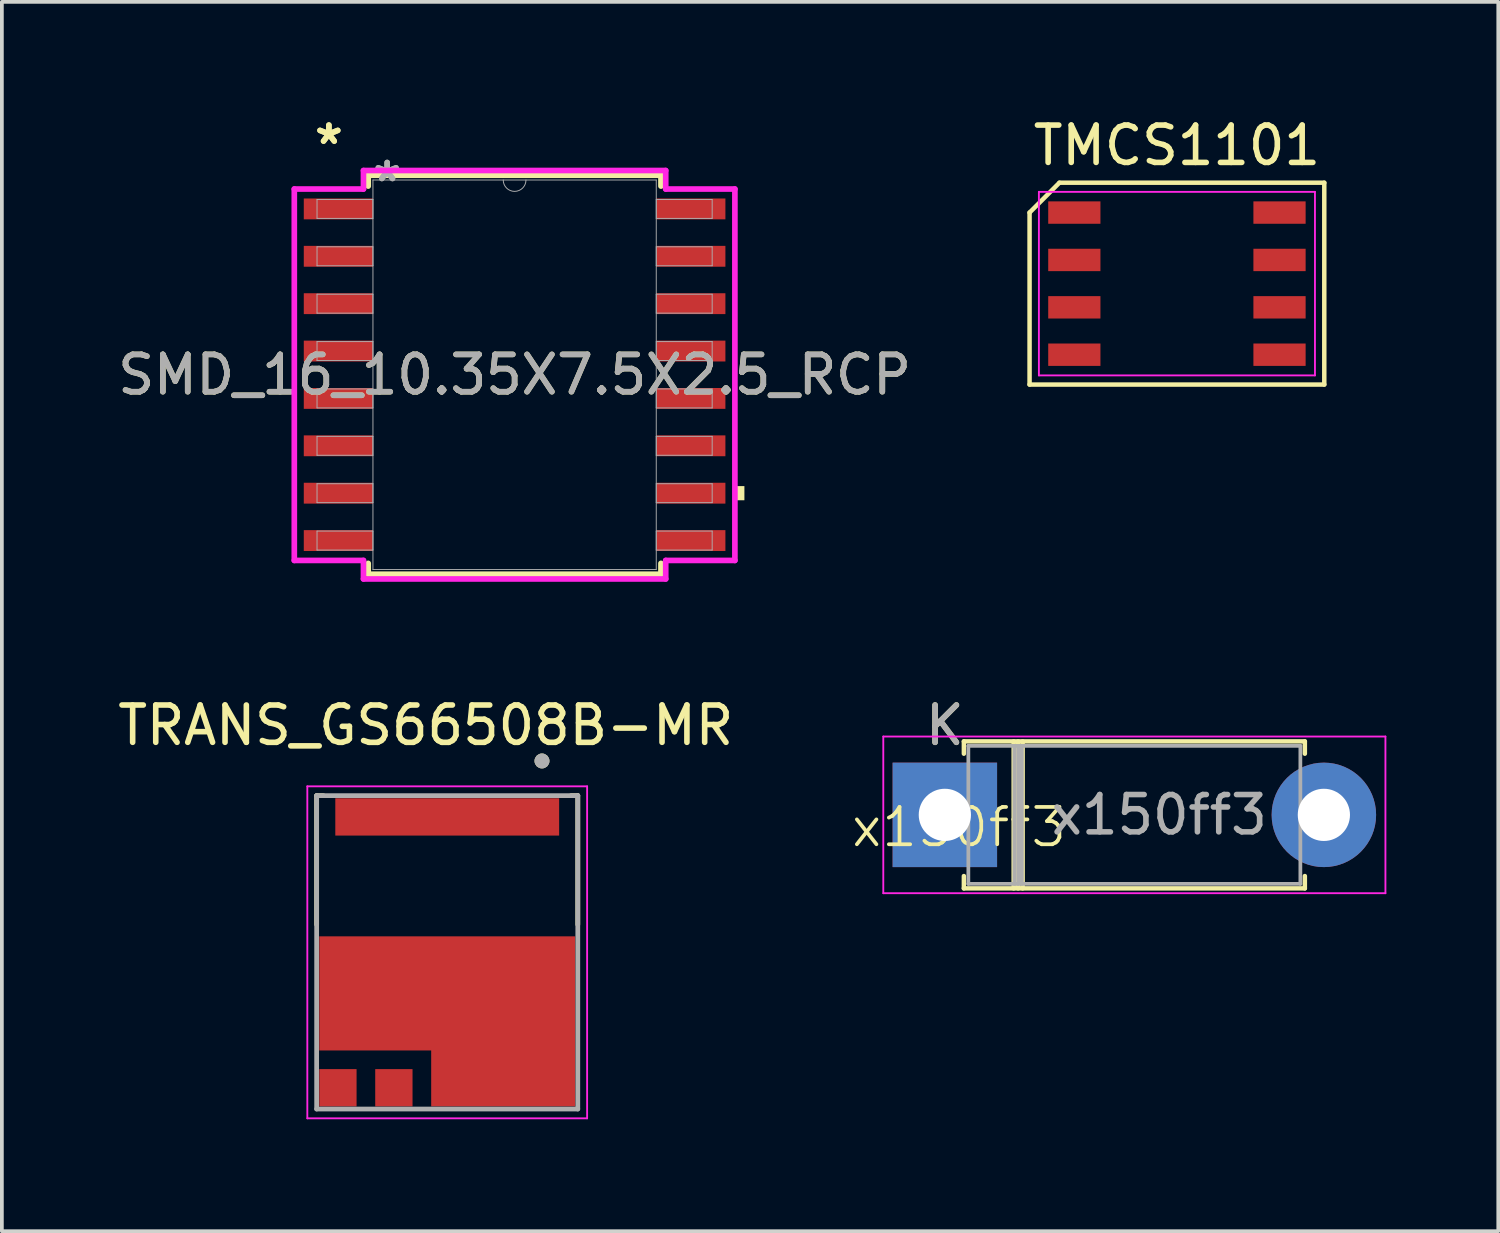
<source format=kicad_pcb>
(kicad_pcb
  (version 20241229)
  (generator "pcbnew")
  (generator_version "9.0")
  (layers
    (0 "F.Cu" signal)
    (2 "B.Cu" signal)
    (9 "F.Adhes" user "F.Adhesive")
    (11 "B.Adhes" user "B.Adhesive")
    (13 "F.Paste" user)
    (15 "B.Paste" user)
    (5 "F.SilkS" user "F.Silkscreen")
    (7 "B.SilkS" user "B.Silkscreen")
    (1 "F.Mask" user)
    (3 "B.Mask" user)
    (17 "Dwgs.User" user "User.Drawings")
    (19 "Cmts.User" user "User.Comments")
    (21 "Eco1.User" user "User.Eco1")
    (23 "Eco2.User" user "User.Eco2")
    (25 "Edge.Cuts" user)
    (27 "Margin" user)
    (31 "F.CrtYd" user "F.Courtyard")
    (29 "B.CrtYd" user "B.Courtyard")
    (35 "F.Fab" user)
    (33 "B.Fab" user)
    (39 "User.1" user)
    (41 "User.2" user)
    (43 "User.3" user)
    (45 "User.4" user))
  (footprint "TMCS1101"
    (layer "F.Cu")
    (at 29.298 3.753)
    (property "Reference" "TMCS1101" (at -0.8 -2.905 0) (layer "F.SilkS") (effects (font (size 1 1) (thickness 0.15))))
    (attr smd)
    (fp_line (start -4.75 -1.105) (end -3.95 -1.905) (stroke (width 0.12) (type default)) (layer "F.SilkS"))
    (fp_line (start -4.75 3.505) (end -4.75 -1.105) (stroke (width 0.12) (type default)) (layer "F.SilkS"))
    (fp_line (start -3.95 -1.905) (end 3.15 -1.905) (stroke (width 0.12) (type default)) (layer "F.SilkS"))
    (fp_line (start 3.15 -1.905) (end 3.15 3.505) (stroke (width 0.12) (type default)) (layer "F.SilkS"))
    (fp_line (start 3.15 3.505) (end -4.75 3.505) (stroke (width 0.12) (type default)) (layer "F.SilkS"))
    (fp_line (start -4.5 -1.66) (end 2.9 -1.66) (stroke (width 0.05) (type default)) (layer "F.CrtYd"))
    (fp_line (start -4.5 3.26) (end -4.5 -1.66) (stroke (width 0.05) (type default)) (layer "F.CrtYd"))
    (fp_line (start 2.9 -1.66) (end 2.9 3.26) (stroke (width 0.05) (type default)) (layer "F.CrtYd"))
    (fp_line (start 2.9 3.26) (end -4.5 3.26) (stroke (width 0.05) (type default)) (layer "F.CrtYd"))
    (pad "1" smd rect (at -3.55 -1.105 270) (size 0.6 1.4) (layers "F.Cu" "F.Mask" "F.Paste"))
    (pad "2" smd rect (at -3.55 0.165 270) (size 0.6 1.4) (layers "F.Cu" "F.Mask" "F.Paste"))
    (pad "3" smd rect (at -3.55 1.435 270) (size 0.6 1.4) (layers "F.Cu" "F.Mask" "F.Paste"))
    (pad "4" smd rect (at -3.55 2.705 270) (size 0.6 1.4) (layers "F.Cu" "F.Mask" "F.Paste"))
    (pad "5" smd rect (at 1.95 2.705 270) (size 0.6 1.4) (layers "F.Cu" "F.Mask" "F.Paste"))
    (pad "6" smd rect (at 1.95 1.435 270) (size 0.6 1.4) (layers "F.Cu" "F.Mask" "F.Paste"))
    (pad "7" smd rect (at 1.95 0.165 270) (size 0.6 1.4) (layers "F.Cu" "F.Mask" "F.Paste"))
    (pad "8" smd rect (at 1.95 -1.105 270) (size 0.6 1.4) (layers "F.Cu" "F.Mask" "F.Paste")))
  (footprint "TRANS_GS66508B-MR"
    (layer "F.Cu")
    (at 8.938 22.478)
    (property "Reference" "TRANS_GS66508B-MR" (at -0.575 -6.085 0) (layer "F.SilkS") (effects (font (size 1 1) (thickness 0.15))))
    (attr smd)
    (fp_poly (pts (xy -3.53 -0.525) (xy 3.525 -0.525) (xy 3.525 4.225) (xy -0.525 4.225) (xy -0.525 2.725) (xy -3.53 2.725)) (stroke (width 0.01) (type solid)) (fill yes) (layer "F.Mask"))
    (fp_line (start -3.5 -4.2) (end -3.32 -4.2) (stroke (width 0.127) (type solid)) (layer "F.SilkS"))
    (fp_line (start -3.5 -0.745) (end -3.5 -4.2) (stroke (width 0.127) (type solid)) (layer "F.SilkS"))
    (fp_line (start 3.32 -4.2) (end 3.5 -4.2) (stroke (width 0.127) (type solid)) (layer "F.SilkS"))
    (fp_line (start 3.5 -4.2) (end 3.5 -0.745) (stroke (width 0.127) (type solid)) (layer "F.SilkS"))
    (fp_circle (center 2.54 -5.13) (end 2.64 -5.13) (stroke (width 0.2) (type solid)) (fill no) (layer "F.SilkS"))
    (fp_poly (pts (xy -2.792 0.14) (xy -0.632 0.14) (xy -0.632 2.06) (xy -2.792 2.06)) (stroke (width 0.01) (type solid)) (fill yes) (layer "F.Paste"))
    (fp_poly (pts (xy 0.283 2.91) (xy 2.717 2.91) (xy 2.717 3.85) (xy 0.283 3.85)) (stroke (width 0.01) (type solid)) (fill yes) (layer "F.Paste"))
    (fp_poly (pts (xy 0.495 0.14) (xy 2.655 0.14) (xy 2.655 2.06) (xy 0.495 2.06)) (stroke (width 0.01) (type solid)) (fill yes) (layer "F.Paste"))
    (fp_line (start -3.75 -4.45) (end -3.75 4.45) (stroke (width 0.05) (type solid)) (layer "F.CrtYd"))
    (fp_line (start -3.75 4.45) (end 3.75 4.45) (stroke (width 0.05) (type solid)) (layer "F.CrtYd"))
    (fp_line (start 3.75 -4.45) (end -3.75 -4.45) (stroke (width 0.05) (type solid)) (layer "F.CrtYd"))
    (fp_line (start 3.75 4.45) (end 3.75 -4.45) (stroke (width 0.05) (type solid)) (layer "F.CrtYd"))
    (fp_line (start -3.5 -4.2) (end 3.5 -4.2) (stroke (width 0.127) (type solid)) (layer "F.Fab"))
    (fp_line (start -3.5 4.2) (end -3.5 -4.2) (stroke (width 0.127) (type solid)) (layer "F.Fab"))
    (fp_line (start 3.5 -4.2) (end 3.5 4.2) (stroke (width 0.127) (type solid)) (layer "F.Fab"))
    (fp_line (start 3.5 4.2) (end -3.5 4.2) (stroke (width 0.127) (type solid)) (layer "F.Fab"))
    (fp_circle (center 2.54 -5.13) (end 2.64 -5.13) (stroke (width 0.2) (type solid)) (fill no) (layer "F.Fab"))
    (pad "1" smd rect (at 0 -3.63) (size 6 1) (layers "F.Cu" "F.Mask" "F.Paste"))
    (pad "2" smd custom (at 0 1.1) (size 2 2) (layers "F.Cu") (options (anchor rect)) (primitives (gr_poly (pts (xy -3.425 -1.525) (xy 3.425 -1.525) (xy 3.425 3.025) (xy -0.425 3.025) (xy -0.425 1.525) (xy -3.425 1.525)) (width 0.01) (fill yes))))
    (pad "3" smd rect (at -2.93 3.63) (size 1 1) (layers "F.Cu" "F.Mask" "F.Paste"))
    (pad "4" smd rect (at -1.43 3.63) (size 1 1) (layers "F.Cu" "F.Mask" "F.Paste")))
  (footprint "SMD_16_10.35X7.5X2.5_RCP"
    (layer "F.Cu")
    (at 10.744 6.995)
    (property "Reference" "SMD_16_10.35X7.5X2.5_RCP" (at 0 0 0) (unlocked yes) (layer "F.SilkS") (effects (font (size 1 1) (thickness 0.15))))
    (attr smd)
    (fp_line (start -3.924 -5.347) (end -3.924 -5.057) (stroke (width 0.152) (type solid)) (layer "F.SilkS"))
    (fp_line (start -3.924 5.057) (end -3.924 5.347) (stroke (width 0.152) (type solid)) (layer "F.SilkS"))
    (fp_line (start -3.924 5.347) (end 3.924 5.347) (stroke (width 0.152) (type solid)) (layer "F.SilkS"))
    (fp_line (start 3.924 -5.347) (end -3.924 -5.347) (stroke (width 0.152) (type solid)) (layer "F.SilkS"))
    (fp_line (start 3.924 -5.057) (end 3.924 -5.347) (stroke (width 0.152) (type solid)) (layer "F.SilkS"))
    (fp_line (start 3.924 5.347) (end 3.924 5.057) (stroke (width 0.152) (type solid)) (layer "F.SilkS"))
    (fp_poly (pts (xy 6.16 2.985) (xy 6.16 3.365) (xy 5.905 3.365) (xy 5.905 2.985)) (stroke (width 0) (type solid)) (fill yes) (layer "F.SilkS"))
    (fp_line (start -5.905 -4.978) (end -4.051 -4.978) (stroke (width 0.152) (type solid)) (layer "F.CrtYd"))
    (fp_line (start -5.905 4.978) (end -5.905 -4.978) (stroke (width 0.152) (type solid)) (layer "F.CrtYd"))
    (fp_line (start -5.905 4.978) (end -4.051 4.978) (stroke (width 0.152) (type solid)) (layer "F.CrtYd"))
    (fp_line (start -4.051 -5.474) (end 4.051 -5.474) (stroke (width 0.152) (type solid)) (layer "F.CrtYd"))
    (fp_line (start -4.051 -4.978) (end -4.051 -5.474) (stroke (width 0.152) (type solid)) (layer "F.CrtYd"))
    (fp_line (start -4.051 5.474) (end -4.051 4.978) (stroke (width 0.152) (type solid)) (layer "F.CrtYd"))
    (fp_line (start 4.051 -5.474) (end 4.051 -4.978) (stroke (width 0.152) (type solid)) (layer "F.CrtYd"))
    (fp_line (start 4.051 4.978) (end 4.051 5.474) (stroke (width 0.152) (type solid)) (layer "F.CrtYd"))
    (fp_line (start 4.051 5.474) (end -4.051 5.474) (stroke (width 0.152) (type solid)) (layer "F.CrtYd"))
    (fp_line (start 5.905 -4.978) (end 4.051 -4.978) (stroke (width 0.152) (type solid)) (layer "F.CrtYd"))
    (fp_line (start 5.905 -4.978) (end 5.905 4.978) (stroke (width 0.152) (type solid)) (layer "F.CrtYd"))
    (fp_line (start 5.905 4.978) (end 4.051 4.978) (stroke (width 0.152) (type solid)) (layer "F.CrtYd"))
    (fp_line (start -5.296 -4.699) (end -5.296 -4.191) (stroke (width 0.025) (type solid)) (layer "F.Fab"))
    (fp_line (start -5.296 -4.191) (end -3.797 -4.191) (stroke (width 0.025) (type solid)) (layer "F.Fab"))
    (fp_line (start -5.296 -3.429) (end -5.296 -2.921) (stroke (width 0.025) (type solid)) (layer "F.Fab"))
    (fp_line (start -5.296 -2.921) (end -3.797 -2.921) (stroke (width 0.025) (type solid)) (layer "F.Fab"))
    (fp_line (start -5.296 -2.159) (end -5.296 -1.651) (stroke (width 0.025) (type solid)) (layer "F.Fab"))
    (fp_line (start -5.296 -1.651) (end -3.797 -1.651) (stroke (width 0.025) (type solid)) (layer "F.Fab"))
    (fp_line (start -5.296 -0.889) (end -5.296 -0.381) (stroke (width 0.025) (type solid)) (layer "F.Fab"))
    (fp_line (start -5.296 -0.381) (end -3.797 -0.381) (stroke (width 0.025) (type solid)) (layer "F.Fab"))
    (fp_line (start -5.296 0.381) (end -5.296 0.889) (stroke (width 0.025) (type solid)) (layer "F.Fab"))
    (fp_line (start -5.296 0.889) (end -3.797 0.889) (stroke (width 0.025) (type solid)) (layer "F.Fab"))
    (fp_line (start -5.296 1.651) (end -5.296 2.159) (stroke (width 0.025) (type solid)) (layer "F.Fab"))
    (fp_line (start -5.296 2.159) (end -3.797 2.159) (stroke (width 0.025) (type solid)) (layer "F.Fab"))
    (fp_line (start -5.296 2.921) (end -5.296 3.429) (stroke (width 0.025) (type solid)) (layer "F.Fab"))
    (fp_line (start -5.296 3.429) (end -3.797 3.429) (stroke (width 0.025) (type solid)) (layer "F.Fab"))
    (fp_line (start -5.296 4.191) (end -5.296 4.699) (stroke (width 0.025) (type solid)) (layer "F.Fab"))
    (fp_line (start -5.296 4.699) (end -3.797 4.699) (stroke (width 0.025) (type solid)) (layer "F.Fab"))
    (fp_line (start -3.797 -5.22) (end -3.797 5.22) (stroke (width 0.025) (type solid)) (layer "F.Fab"))
    (fp_line (start -3.797 -4.699) (end -5.296 -4.699) (stroke (width 0.025) (type solid)) (layer "F.Fab"))
    (fp_line (start -3.797 -4.191) (end -3.797 -4.699) (stroke (width 0.025) (type solid)) (layer "F.Fab"))
    (fp_line (start -3.797 -3.429) (end -5.296 -3.429) (stroke (width 0.025) (type solid)) (layer "F.Fab"))
    (fp_line (start -3.797 -2.921) (end -3.797 -3.429) (stroke (width 0.025) (type solid)) (layer "F.Fab"))
    (fp_line (start -3.797 -2.159) (end -5.296 -2.159) (stroke (width 0.025) (type solid)) (layer "F.Fab"))
    (fp_line (start -3.797 -1.651) (end -3.797 -2.159) (stroke (width 0.025) (type solid)) (layer "F.Fab"))
    (fp_line (start -3.797 -0.889) (end -5.296 -0.889) (stroke (width 0.025) (type solid)) (layer "F.Fab"))
    (fp_line (start -3.797 -0.381) (end -3.797 -0.889) (stroke (width 0.025) (type solid)) (layer "F.Fab"))
    (fp_line (start -3.797 0.381) (end -5.296 0.381) (stroke (width 0.025) (type solid)) (layer "F.Fab"))
    (fp_line (start -3.797 0.889) (end -3.797 0.381) (stroke (width 0.025) (type solid)) (layer "F.Fab"))
    (fp_line (start -3.797 1.651) (end -5.296 1.651) (stroke (width 0.025) (type solid)) (layer "F.Fab"))
    (fp_line (start -3.797 2.159) (end -3.797 1.651) (stroke (width 0.025) (type solid)) (layer "F.Fab"))
    (fp_line (start -3.797 2.921) (end -5.296 2.921) (stroke (width 0.025) (type solid)) (layer "F.Fab"))
    (fp_line (start -3.797 3.429) (end -3.797 2.921) (stroke (width 0.025) (type solid)) (layer "F.Fab"))
    (fp_line (start -3.797 4.191) (end -5.296 4.191) (stroke (width 0.025) (type solid)) (layer "F.Fab"))
    (fp_line (start -3.797 4.699) (end -3.797 4.191) (stroke (width 0.025) (type solid)) (layer "F.Fab"))
    (fp_line (start -3.797 5.22) (end 3.797 5.22) (stroke (width 0.025) (type solid)) (layer "F.Fab"))
    (fp_line (start 3.797 -5.22) (end -3.797 -5.22) (stroke (width 0.025) (type solid)) (layer "F.Fab"))
    (fp_line (start 3.797 -4.699) (end 3.797 -4.191) (stroke (width 0.025) (type solid)) (layer "F.Fab"))
    (fp_line (start 3.797 -4.191) (end 5.296 -4.191) (stroke (width 0.025) (type solid)) (layer "F.Fab"))
    (fp_line (start 3.797 -3.429) (end 3.797 -2.921) (stroke (width 0.025) (type solid)) (layer "F.Fab"))
    (fp_line (start 3.797 -2.921) (end 5.296 -2.921) (stroke (width 0.025) (type solid)) (layer "F.Fab"))
    (fp_line (start 3.797 -2.159) (end 3.797 -1.651) (stroke (width 0.025) (type solid)) (layer "F.Fab"))
    (fp_line (start 3.797 -1.651) (end 5.296 -1.651) (stroke (width 0.025) (type solid)) (layer "F.Fab"))
    (fp_line (start 3.797 -0.889) (end 3.797 -0.381) (stroke (width 0.025) (type solid)) (layer "F.Fab"))
    (fp_line (start 3.797 -0.381) (end 5.296 -0.381) (stroke (width 0.025) (type solid)) (layer "F.Fab"))
    (fp_line (start 3.797 0.381) (end 3.797 0.889) (stroke (width 0.025) (type solid)) (layer "F.Fab"))
    (fp_line (start 3.797 0.889) (end 5.296 0.889) (stroke (width 0.025) (type solid)) (layer "F.Fab"))
    (fp_line (start 3.797 1.651) (end 3.797 2.159) (stroke (width 0.025) (type solid)) (layer "F.Fab"))
    (fp_line (start 3.797 2.159) (end 5.296 2.159) (stroke (width 0.025) (type solid)) (layer "F.Fab"))
    (fp_line (start 3.797 2.921) (end 3.797 3.429) (stroke (width 0.025) (type solid)) (layer "F.Fab"))
    (fp_line (start 3.797 3.429) (end 5.296 3.429) (stroke (width 0.025) (type solid)) (layer "F.Fab"))
    (fp_line (start 3.797 4.191) (end 3.797 4.699) (stroke (width 0.025) (type solid)) (layer "F.Fab"))
    (fp_line (start 3.797 4.699) (end 5.296 4.699) (stroke (width 0.025) (type solid)) (layer "F.Fab"))
    (fp_line (start 3.797 5.22) (end 3.797 -5.22) (stroke (width 0.025) (type solid)) (layer "F.Fab"))
    (fp_line (start 5.296 -4.699) (end 3.797 -4.699) (stroke (width 0.025) (type solid)) (layer "F.Fab"))
    (fp_line (start 5.296 -4.191) (end 5.296 -4.699) (stroke (width 0.025) (type solid)) (layer "F.Fab"))
    (fp_line (start 5.296 -3.429) (end 3.797 -3.429) (stroke (width 0.025) (type solid)) (layer "F.Fab"))
    (fp_line (start 5.296 -2.921) (end 5.296 -3.429) (stroke (width 0.025) (type solid)) (layer "F.Fab"))
    (fp_line (start 5.296 -2.159) (end 3.797 -2.159) (stroke (width 0.025) (type solid)) (layer "F.Fab"))
    (fp_line (start 5.296 -1.651) (end 5.296 -2.159) (stroke (width 0.025) (type solid)) (layer "F.Fab"))
    (fp_line (start 5.296 -0.889) (end 3.797 -0.889) (stroke (width 0.025) (type solid)) (layer "F.Fab"))
    (fp_line (start 5.296 -0.381) (end 5.296 -0.889) (stroke (width 0.025) (type solid)) (layer "F.Fab"))
    (fp_line (start 5.296 0.381) (end 3.797 0.381) (stroke (width 0.025) (type solid)) (layer "F.Fab"))
    (fp_line (start 5.296 0.889) (end 5.296 0.381) (stroke (width 0.025) (type solid)) (layer "F.Fab"))
    (fp_line (start 5.296 1.651) (end 3.797 1.651) (stroke (width 0.025) (type solid)) (layer "F.Fab"))
    (fp_line (start 5.296 2.159) (end 5.296 1.651) (stroke (width 0.025) (type solid)) (layer "F.Fab"))
    (fp_line (start 5.296 2.921) (end 3.797 2.921) (stroke (width 0.025) (type solid)) (layer "F.Fab"))
    (fp_line (start 5.296 3.429) (end 5.296 2.921) (stroke (width 0.025) (type solid)) (layer "F.Fab"))
    (fp_line (start 5.296 4.191) (end 3.797 4.191) (stroke (width 0.025) (type solid)) (layer "F.Fab"))
    (fp_line (start 5.296 4.699) (end 5.296 4.191) (stroke (width 0.025) (type solid)) (layer "F.Fab"))
    (fp_arc (start 0.3048 -5.2197) (mid 0 -4.9149) (end -0.3048 -5.2197) (stroke (width 0.0254) (type solid)) (layer "F.Fab"))
    (fp_text user "*" (at -4.978 -6.147 0) (unlocked yes) (layer "F.SilkS") (effects (font (size 1 1) (thickness 0.15))))
    (fp_text user "*" (at -4.978 -6.147 0) (layer "F.SilkS") (effects (font (size 1 1) (thickness 0.15))))
    (fp_text user "*" (at -3.416 -5.144 0) (layer "F.Fab") (effects (font (size 1 1) (thickness 0.15))))
    (fp_text user "*" (at -3.416 -5.144 0) (unlocked yes) (layer "F.Fab") (effects (font (size 1 1) (thickness 0.15))))
    (fp_text user "${REFERENCE}" (at 0 0 0) (unlocked yes) (layer "F.Fab") (effects (font (size 1 1) (thickness 0.15))))
    (pad "1" smd rect (at -4.724 -4.445) (size 1.854 0.559) (layers "F.Cu" "F.Mask" "F.Paste"))
    (pad "2" smd rect (at -4.724 -3.175) (size 1.854 0.559) (layers "F.Cu" "F.Mask" "F.Paste"))
    (pad "3" smd rect (at -4.724 -1.905) (size 1.854 0.559) (layers "F.Cu" "F.Mask" "F.Paste"))
    (pad "4" smd rect (at -4.724 -0.635) (size 1.854 0.559) (layers "F.Cu" "F.Mask" "F.Paste"))
    (pad "5" smd rect (at -4.724 0.635) (size 1.854 0.559) (layers "F.Cu" "F.Mask" "F.Paste"))
    (pad "6" smd rect (at -4.724 1.905) (size 1.854 0.559) (layers "F.Cu" "F.Mask" "F.Paste"))
    (pad "7" smd rect (at -4.724 3.175) (size 1.854 0.559) (layers "F.Cu" "F.Mask" "F.Paste"))
    (pad "8" smd rect (at -4.724 4.445) (size 1.854 0.559) (layers "F.Cu" "F.Mask" "F.Paste"))
    (pad "9" smd rect (at 4.724 4.445) (size 1.854 0.559) (layers "F.Cu" "F.Mask" "F.Paste"))
    (pad "10" smd rect (at 4.724 3.175) (size 1.854 0.559) (layers "F.Cu" "F.Mask" "F.Paste"))
    (pad "11" smd rect (at 4.724 1.905) (size 1.854 0.559) (layers "F.Cu" "F.Mask" "F.Paste"))
    (pad "12" smd rect (at 4.724 0.635) (size 1.854 0.559) (layers "F.Cu" "F.Mask" "F.Paste"))
    (pad "13" smd rect (at 4.724 -0.635) (size 1.854 0.559) (layers "F.Cu" "F.Mask" "F.Paste"))
    (pad "14" smd rect (at 4.724 -1.905) (size 1.854 0.559) (layers "F.Cu" "F.Mask" "F.Paste"))
    (pad "15" smd rect (at 4.724 -3.175) (size 1.854 0.559) (layers "F.Cu" "F.Mask" "F.Paste"))
    (pad "16" smd rect (at 4.724 -4.445) (size 1.854 0.559) (layers "F.Cu" "F.Mask" "F.Paste")))
  (footprint "x150ff3"
    (layer "F.Cu")
    (at 22.657 19.623)
    (property "Reference" "x150ff3" (at 0 -0.5 0) (unlocked yes) (layer "F.SilkS") (effects (font (size 1 1) (thickness 0.1))))
    (attr through_hole)
    (fp_line (start 0.13 -2.8) (end 9.27 -2.8) (stroke (width 0.12) (type solid)) (layer "F.SilkS"))
    (fp_line (start 0.13 -2.47) (end 0.13 -2.8) (stroke (width 0.12) (type solid)) (layer "F.SilkS"))
    (fp_line (start 0.13 0.81) (end 0.13 1.14) (stroke (width 0.12) (type solid)) (layer "F.SilkS"))
    (fp_line (start 0.13 1.14) (end 9.27 1.14) (stroke (width 0.12) (type solid)) (layer "F.SilkS"))
    (fp_line (start 1.465 -2.8) (end 1.465 1.14) (stroke (width 0.12) (type solid)) (layer "F.SilkS"))
    (fp_line (start 1.585 -2.8) (end 1.585 1.14) (stroke (width 0.12) (type solid)) (layer "F.SilkS"))
    (fp_line (start 1.705 -2.8) (end 1.705 1.14) (stroke (width 0.12) (type solid)) (layer "F.SilkS"))
    (fp_line (start 9.27 -2.8) (end 9.27 -2.47) (stroke (width 0.12) (type solid)) (layer "F.SilkS"))
    (fp_line (start 9.27 1.14) (end 9.27 0.81) (stroke (width 0.12) (type solid)) (layer "F.SilkS"))
    (fp_line (start -2.03 -2.93) (end -2.03 1.27) (stroke (width 0.05) (type solid)) (layer "F.CrtYd"))
    (fp_line (start -2.03 1.27) (end 11.43 1.27) (stroke (width 0.05) (type solid)) (layer "F.CrtYd"))
    (fp_line (start 11.43 -2.93) (end -2.03 -2.93) (stroke (width 0.05) (type solid)) (layer "F.CrtYd"))
    (fp_line (start 11.43 1.27) (end 11.43 -2.93) (stroke (width 0.05) (type solid)) (layer "F.CrtYd"))
    (fp_line (start -0.38 -0.83) (end 0.25 -0.83) (stroke (width 0.1) (type solid)) (layer "F.Fab"))
    (fp_line (start 0.25 -2.68) (end 0.25 1.02) (stroke (width 0.1) (type solid)) (layer "F.Fab"))
    (fp_line (start 0.25 1.02) (end 9.15 1.02) (stroke (width 0.1) (type solid)) (layer "F.Fab"))
    (fp_line (start 1.485 -2.68) (end 1.485 1.02) (stroke (width 0.1) (type solid)) (layer "F.Fab"))
    (fp_line (start 1.585 -2.68) (end 1.585 1.02) (stroke (width 0.1) (type solid)) (layer "F.Fab"))
    (fp_line (start 1.685 -2.68) (end 1.685 1.02) (stroke (width 0.1) (type solid)) (layer "F.Fab"))
    (fp_line (start 9.15 -2.68) (end 0.25 -2.68) (stroke (width 0.1) (type solid)) (layer "F.Fab"))
    (fp_line (start 9.15 1.02) (end 9.15 -2.68) (stroke (width 0.1) (type solid)) (layer "F.Fab"))
    (fp_line (start 9.78 -0.83) (end 9.15 -0.83) (stroke (width 0.1) (type solid)) (layer "F.Fab"))
    (fp_text user "K" (at -0.38 -3.23 0) (layer "F.SilkS") (effects (font (size 1 1) (thickness 0.15))))
    (fp_text user "${REFERENCE}" (at 5.367 -0.83 0) (layer "F.Fab") (effects (font (size 1 1) (thickness 0.15))))
    (fp_text user "K" (at -0.38 -3.23 0) (layer "F.Fab") (effects (font (size 1 1) (thickness 0.15))))
    (pad "1" thru_hole rect (at -0.38 -0.83) (size 2.8 2.8) (drill 1.4) (layers "*.Cu" "*.Mask"))
    (pad "2" thru_hole oval (at 9.78 -0.83) (size 2.8 2.8) (drill 1.4) (layers "*.Cu" "*.Mask")))
  (gr_rect
    (start -3 -3)
    (end 37.112 29.953)
    (stroke (width 0.1) (type default))
    (fill no)
    (layer "Edge.Cuts")))
</source>
